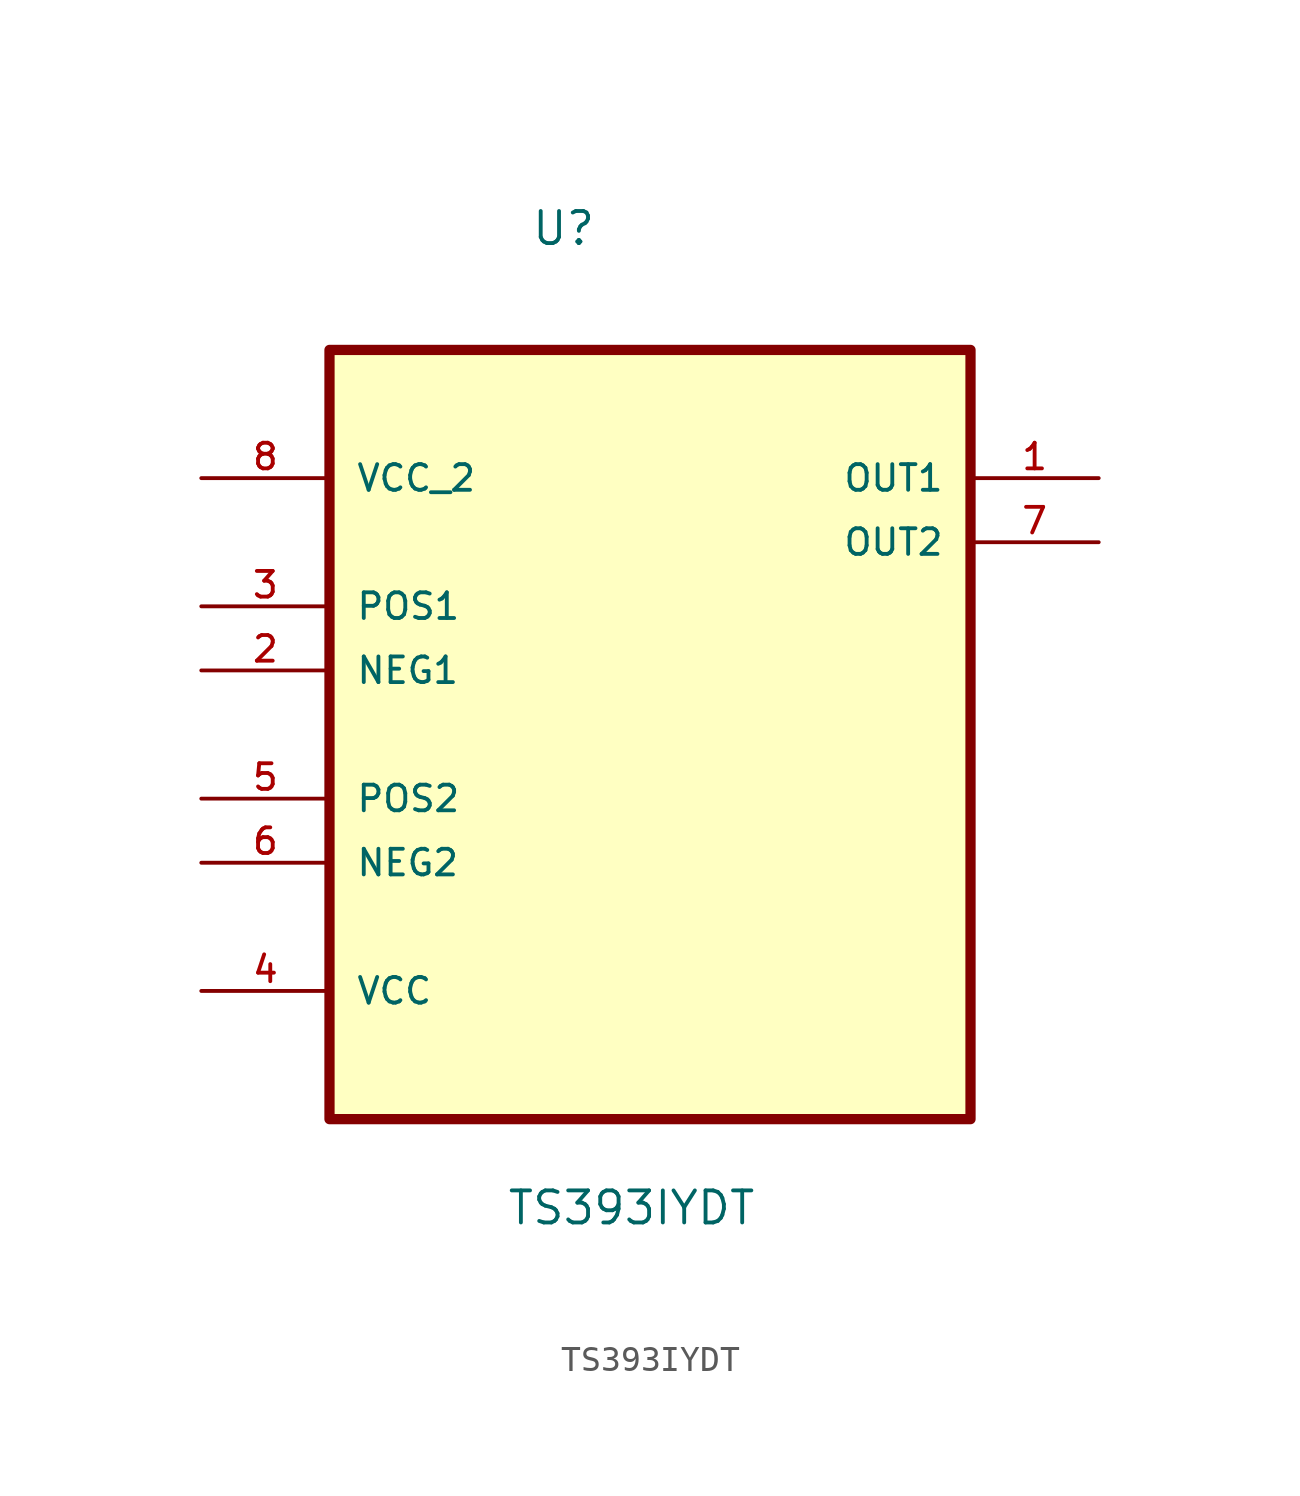
<source format=kicad_sym>
(kicad_symbol_lib
  (version 20211014)
  (generator kicad_symbol_editor)
  (symbol "TS393IYDT"
    (pin_names
      (offset 1.016))
    (property "Reference" "U"
      (at -4.733 16.771 0.0)
      (effects (font (size 1.27 1.27)) (justify bottom left)))
    (property "Value" "TS393IYDT"
      (at -5.7 -22.037 0.0)
      (effects (font (size 1.27 1.27)) (justify bottom left)))
    (symbol "TS393IYDT_0_0"
      (rectangle (start -12.7 -17.78) (end 12.7 12.7) (stroke (width 0.406)) (fill (type background)))
      (pin power_in line (at -17.78 7.62 0) (length 5.08) (name "VCC_2" (effects (font (size 1.016 1.016)))) (number "8" (effects (font (size 1.016 1.016)))))
      (pin input line (at -17.78 2.54 0) (length 5.08) (name "POS1" (effects (font (size 1.016 1.016)))) (number "3" (effects (font (size 1.016 1.016)))))
      (pin input line (at -17.78 0.0 0) (length 5.08) (name "NEG1" (effects (font (size 1.016 1.016)))) (number "2" (effects (font (size 1.016 1.016)))))
      (pin input line (at -17.78 -5.08 0) (length 5.08) (name "POS2" (effects (font (size 1.016 1.016)))) (number "5" (effects (font (size 1.016 1.016)))))
      (pin input line (at -17.78 -7.62 0) (length 5.08) (name "NEG2" (effects (font (size 1.016 1.016)))) (number "6" (effects (font (size 1.016 1.016)))))
      (pin power_in line (at -17.78 -12.7 0) (length 5.08) (name "VCC" (effects (font (size 1.016 1.016)))) (number "4" (effects (font (size 1.016 1.016)))))
      (pin output line (at 17.78 7.62 180.0) (length 5.08) (name "OUT1" (effects (font (size 1.016 1.016)))) (number "1" (effects (font (size 1.016 1.016)))))
      (pin output line (at 17.78 5.08 180.0) (length 5.08) (name "OUT2" (effects (font (size 1.016 1.016)))) (number "7" (effects (font (size 1.016 1.016))))))))
</source>
